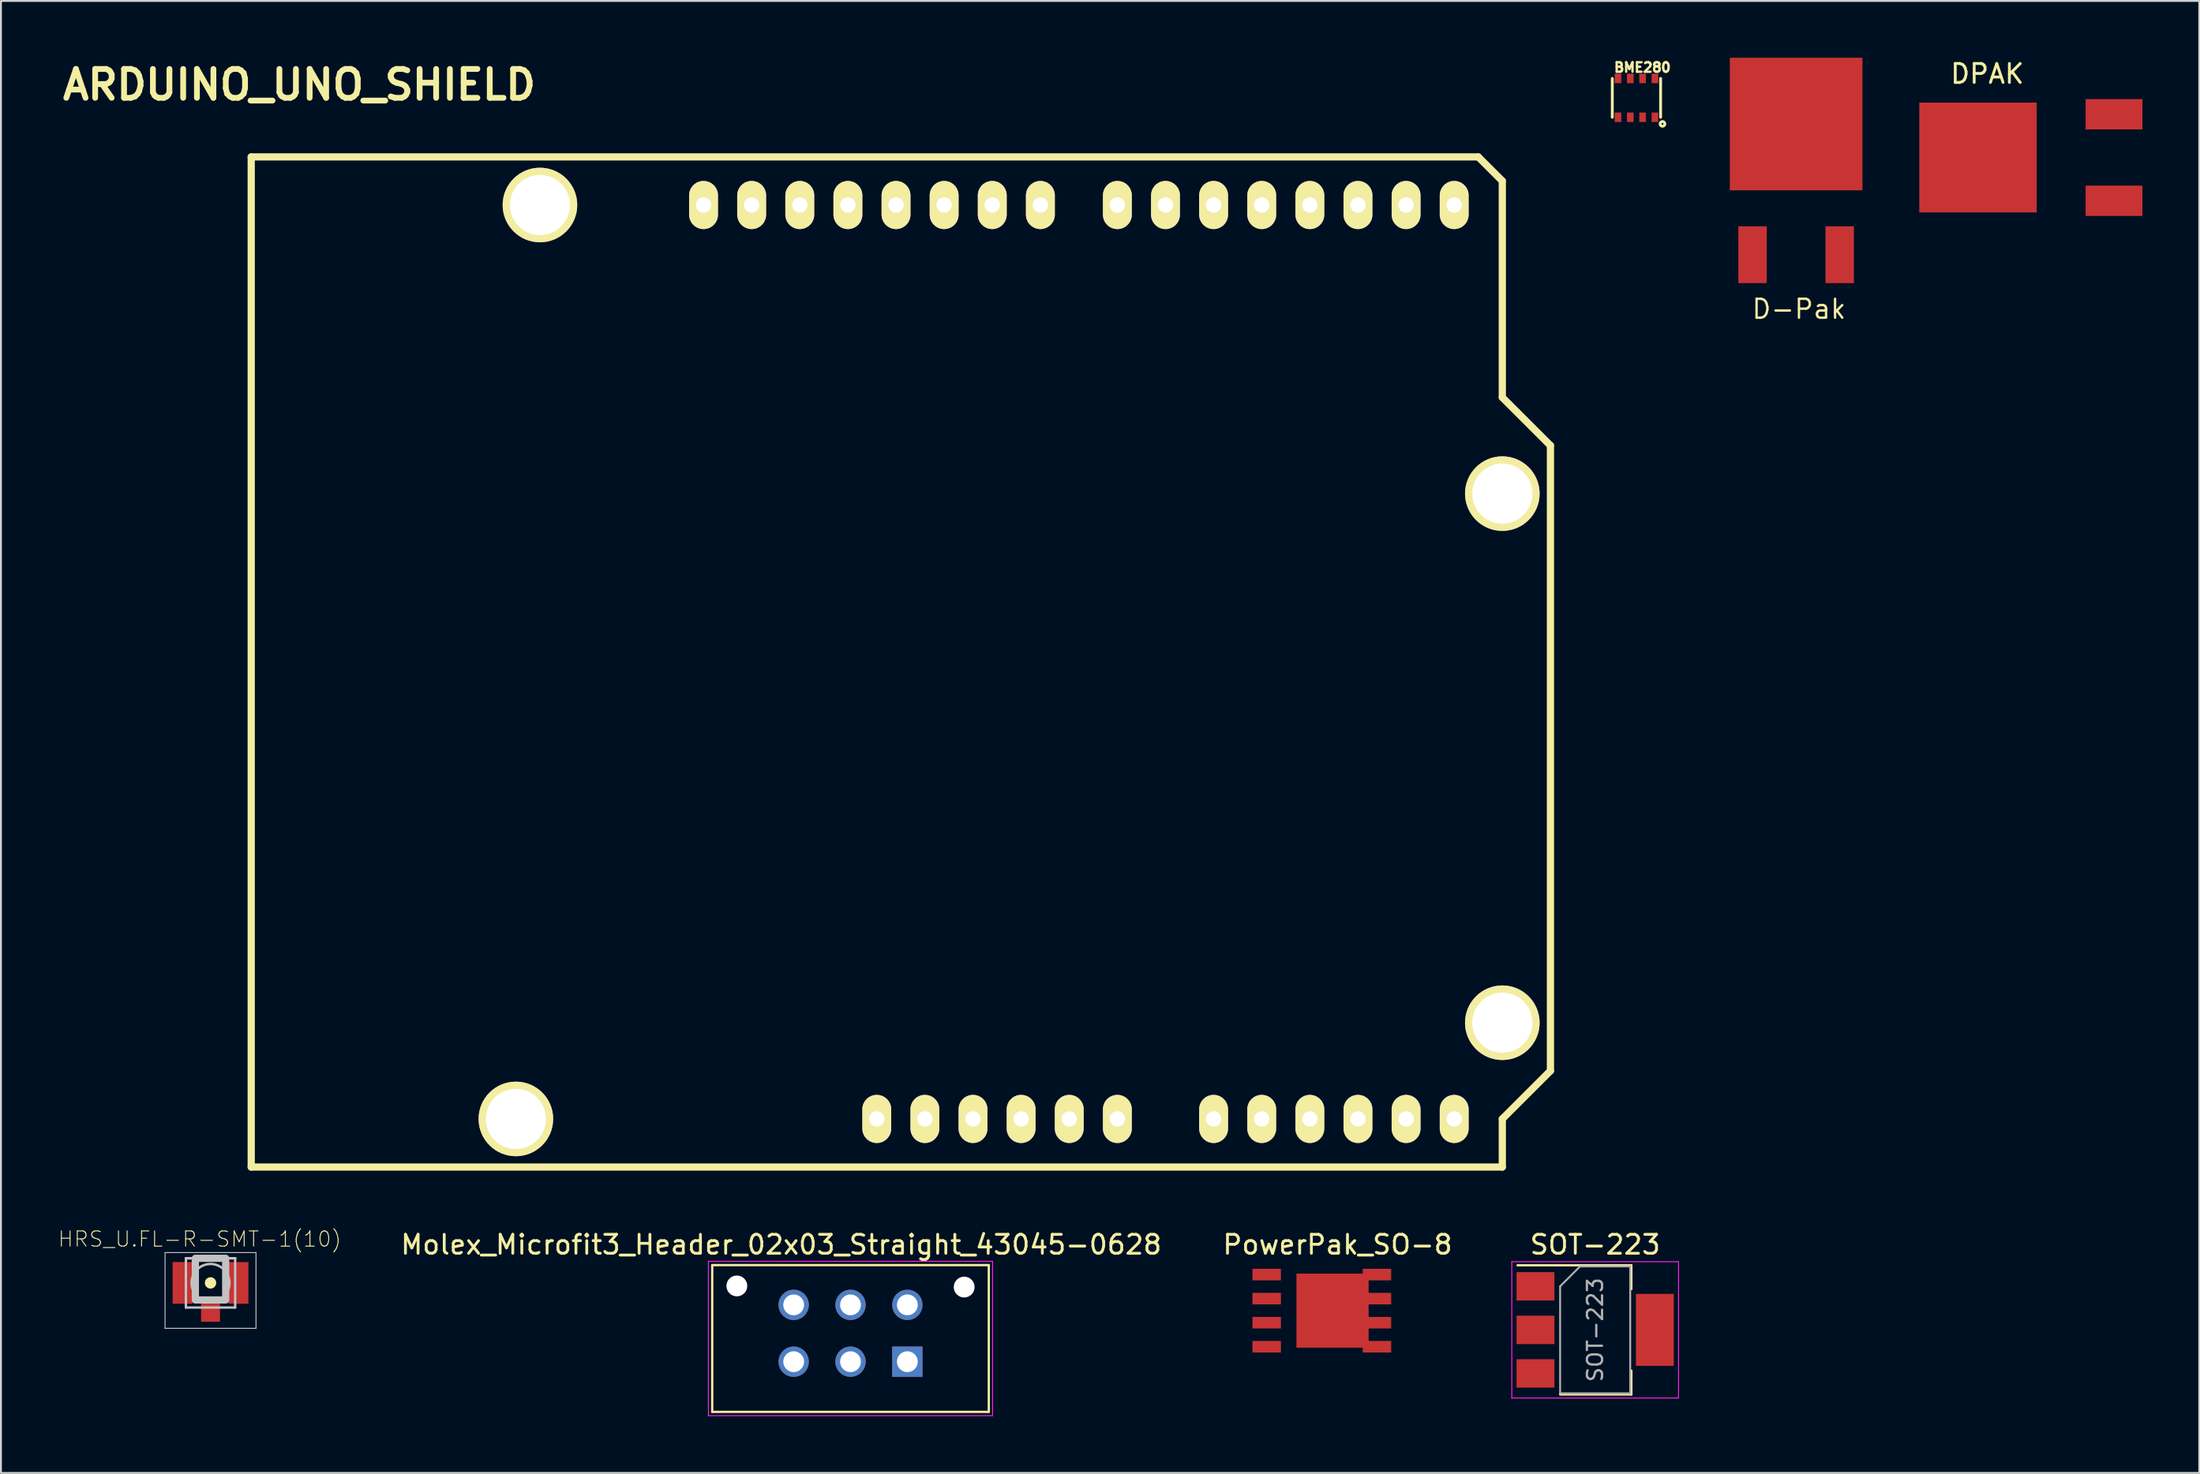
<source format=kicad_pcb>
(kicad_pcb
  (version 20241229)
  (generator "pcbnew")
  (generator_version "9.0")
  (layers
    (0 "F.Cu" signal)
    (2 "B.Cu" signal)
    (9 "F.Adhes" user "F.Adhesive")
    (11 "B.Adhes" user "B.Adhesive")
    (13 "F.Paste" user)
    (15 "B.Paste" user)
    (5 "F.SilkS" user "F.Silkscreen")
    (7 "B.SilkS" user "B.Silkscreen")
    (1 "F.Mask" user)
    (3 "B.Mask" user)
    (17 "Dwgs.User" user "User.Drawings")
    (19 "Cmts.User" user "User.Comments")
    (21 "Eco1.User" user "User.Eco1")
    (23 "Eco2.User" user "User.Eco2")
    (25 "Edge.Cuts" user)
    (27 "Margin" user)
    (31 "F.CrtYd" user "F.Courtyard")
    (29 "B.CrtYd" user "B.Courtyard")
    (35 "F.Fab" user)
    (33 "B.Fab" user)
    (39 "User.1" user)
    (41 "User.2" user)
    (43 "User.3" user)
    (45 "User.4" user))
  (footprint "Molex_Microfit3_Header_02x03_Straight_43045-0628"
    (layer "F.Cu")
    (at 44.845 68.855)
    (property "Reference" "Molex_Microfit3_Header_02x03_Straight_43045-0628" (at -6.66 -6.18 0) (layer "F.SilkS") (effects (font (size 1 1) (thickness 0.15))))
    (attr through_hole)
    (fp_line (start -10.3 2.65) (end -10.3 -5.1) (stroke (width 0.12) (type solid)) (layer "F.SilkS"))
    (fp_line (start 4.3 -5.1) (end -10.3 -5.1) (stroke (width 0.12) (type solid)) (layer "F.SilkS"))
    (fp_line (start 4.3 2.65) (end -10.3 2.65) (stroke (width 0.12) (type solid)) (layer "F.SilkS"))
    (fp_line (start 4.3 2.65) (end 4.3 -5.1) (stroke (width 0.12) (type solid)) (layer "F.SilkS"))
    (fp_line (start -10.5 2.85) (end -10.5 -5.3) (stroke (width 0.05) (type solid)) (layer "F.CrtYd"))
    (fp_line (start 4.5 -5.3) (end -10.5 -5.3) (stroke (width 0.05) (type solid)) (layer "F.CrtYd"))
    (fp_line (start 4.5 2.85) (end -10.5 2.85) (stroke (width 0.05) (type solid)) (layer "F.CrtYd"))
    (fp_line (start 4.5 2.85) (end 4.5 -5.3) (stroke (width 0.05) (type solid)) (layer "F.CrtYd"))
    (pad "" np_thru_hole circle (at -9 -4) (size 1.1 1.1) (drill 1.1) (layers "*.Cu" "*.Mask"))
    (pad "" np_thru_hole circle (at 3 -3.94) (size 1.1 1.1) (drill 1.1) (layers "*.Cu" "*.Mask"))
    (pad "1" thru_hole rect (at 0 0) (size 1.6 1.6) (drill 1.1) (layers "*.Cu" "*.Mask"))
    (pad "2" thru_hole circle (at -3 0) (size 1.6 1.6) (drill 1.1) (layers "*.Cu" "*.Mask"))
    (pad "3" thru_hole circle (at -6 0) (size 1.6 1.6) (drill 1.1) (layers "*.Cu" "*.Mask"))
    (pad "4" thru_hole circle (at 0 -3) (size 1.6 1.6) (drill 1.1) (layers "*.Cu" "*.Mask"))
    (pad "5" thru_hole circle (at -3 -3) (size 1.6 1.6) (drill 1.1) (layers "*.Cu" "*.Mask"))
    (pad "6" thru_hole circle (at -6 -3) (size 1.6 1.6) (drill 1.1) (layers "*.Cu" "*.Mask")))
  (footprint "BME280"
    (layer "F.Cu")
    (at 82.356 3.142)
    (property "Reference" "BME280" (at 1.29 -2.63 0) (layer "F.SilkS") (effects (font (size 0.5 0.5) (thickness 0.125))))
    (attr through_hole)
    (fp_line (start -0.3 -2.05) (end -0.3 0) (stroke (width 0.15) (type solid)) (layer "F.SilkS"))
    (fp_line (start 2.25 -2.05) (end 2.25 0) (stroke (width 0.15) (type solid)) (layer "F.SilkS"))
    (fp_circle (center 2.35 0.35) (end 2.35 0.4) (stroke (width 0.15) (type solid)) (fill no) (layer "F.SilkS"))
    (pad "1" smd rect (at 1.95 0) (size 0.35 0.5) (layers "F.Cu" "F.Mask" "F.Paste"))
    (pad "2" smd rect (at 1.3 0) (size 0.35 0.5) (layers "F.Cu" "F.Mask" "F.Paste"))
    (pad "3" smd rect (at 0.65 0) (size 0.35 0.5) (layers "F.Cu" "F.Mask" "F.Paste"))
    (pad "4" smd rect (at 0 0) (size 0.35 0.5) (layers "F.Cu" "F.Mask" "F.Paste"))
    (pad "5" smd rect (at 0 -2.05) (size 0.35 0.5) (layers "F.Cu" "F.Mask" "F.Paste"))
    (pad "6" smd rect (at 0.65 -2.05) (size 0.35 0.5) (layers "F.Cu" "F.Mask" "F.Paste"))
    (pad "7" smd rect (at 1.3 -2.05) (size 0.35 0.5) (layers "F.Cu" "F.Mask" "F.Paste"))
    (pad "8" smd rect (at 1.95 -2.05) (size 0.35 0.5) (layers "F.Cu" "F.Mask" "F.Paste")))
  (footprint "PowerPak_SO-8"
    (layer "F.Cu")
    (at 63.814 68.065)
    (property "Reference" "PowerPak_SO-8" (at 3.74 -5.39 0) (layer "F.SilkS") (effects (font (size 1 1) (thickness 0.15))))
    (attr through_hole)
    (pad "1" smd rect (at 3.475 -1.905) (size 3.81 3.91) (layers "F.Cu" "F.Mask" "F.Paste"))
    (pad "1" smd rect (at 5.82 -3.81) (size 1.5 0.61) (layers "F.Cu" "F.Mask" "F.Paste"))
    (pad "1" smd rect (at 5.82 -2.54) (size 1.5 0.61) (layers "F.Cu" "F.Mask" "F.Paste"))
    (pad "1" smd rect (at 5.82 -1.27) (size 1.5 0.61) (layers "F.Cu" "F.Mask" "F.Paste"))
    (pad "1" smd rect (at 5.82 0) (size 1.5 0.61) (layers "F.Cu" "F.Mask" "F.Paste"))
    (pad "2" smd rect (at 0 0) (size 1.5 0.61) (layers "F.Cu" "F.Mask" "F.Paste"))
    (pad "3" smd rect (at 0 -3.81) (size 1.5 0.61) (layers "F.Cu" "F.Mask" "F.Paste"))
    (pad "3" smd rect (at 0 -2.54) (size 1.5 0.61) (layers "F.Cu" "F.Mask" "F.Paste"))
    (pad "3" smd rect (at 0 -1.27) (size 1.5 0.61) (layers "F.Cu" "F.Mask" "F.Paste")))
  (footprint "ARDUINO_UNO_SHIELD"
    (layer "F.Cu")
    (at 10.211 58.576)
    (property "Reference" "ARDUINO_UNO_SHIELD" (at 2.54 -57.15 0) (layer "F.SilkS") (effects (font (size 1.524 1.524) (thickness 0.305))))
    (attr through_hole)
    (fp_line (start 0 0) (end 0 -53.34) (stroke (width 0.381) (type solid)) (layer "F.SilkS"))
    (fp_line (start 64.77 -53.34) (end 0 -53.34) (stroke (width 0.381) (type solid)) (layer "F.SilkS"))
    (fp_line (start 66.04 -52.07) (end 64.77 -53.34) (stroke (width 0.381) (type solid)) (layer "F.SilkS"))
    (fp_line (start 66.04 -40.64) (end 66.04 -52.07) (stroke (width 0.381) (type solid)) (layer "F.SilkS"))
    (fp_line (start 66.04 -40.64) (end 68.58 -38.1) (stroke (width 0.381) (type solid)) (layer "F.SilkS"))
    (fp_line (start 66.04 -2.54) (end 66.04 0) (stroke (width 0.381) (type solid)) (layer "F.SilkS"))
    (fp_line (start 66.04 0) (end 0 0) (stroke (width 0.381) (type solid)) (layer "F.SilkS"))
    (fp_line (start 68.58 -38.1) (end 68.58 -5.08) (stroke (width 0.381) (type solid)) (layer "F.SilkS"))
    (fp_line (start 68.58 -5.08) (end 66.04 -2.54) (stroke (width 0.381) (type solid)) (layer "F.SilkS"))
    (pad "" thru_hole circle (at 13.97 -2.54 90) (size 3.937 3.937) (drill 3.175) (layers "*.Cu" "*.Mask" "F.SilkS"))
    (pad "" thru_hole circle (at 15.24 -50.8 90) (size 3.937 3.937) (drill 3.175) (layers "*.Cu" "*.Mask" "F.SilkS"))
    (pad "" thru_hole circle (at 66.04 -35.56 90) (size 3.937 3.937) (drill 3.175) (layers "*.Cu" "*.Mask" "F.SilkS"))
    (pad "" thru_hole circle (at 66.04 -7.62 90) (size 3.937 3.937) (drill 3.175) (layers "*.Cu" "*.Mask" "F.SilkS"))
    (pad "0" thru_hole oval (at 63.5 -50.8 90) (size 2.54 1.524) (drill 0.813) (layers "*.Cu" "*.Mask" "F.SilkS"))
    (pad "1" thru_hole oval (at 60.96 -50.8 90) (size 2.54 1.524) (drill 0.813) (layers "*.Cu" "*.Mask" "F.SilkS"))
    (pad "2" thru_hole oval (at 58.42 -50.8 90) (size 2.54 1.524) (drill 0.813) (layers "*.Cu" "*.Mask" "F.SilkS"))
    (pad "3" thru_hole oval (at 55.88 -50.8 90) (size 2.54 1.524) (drill 0.813) (layers "*.Cu" "*.Mask" "F.SilkS"))
    (pad "3V3" thru_hole oval (at 35.56 -2.54 90) (size 2.54 1.524) (drill 0.813) (layers "*.Cu" "*.Mask" "F.SilkS"))
    (pad "4" thru_hole oval (at 53.34 -50.8 90) (size 2.54 1.524) (drill 0.813) (layers "*.Cu" "*.Mask" "F.SilkS"))
    (pad "5" thru_hole oval (at 50.8 -50.8 90) (size 2.54 1.524) (drill 0.813) (layers "*.Cu" "*.Mask" "F.SilkS"))
    (pad "5V" thru_hole oval (at 38.1 -2.54 90) (size 2.54 1.524) (drill 0.813) (layers "*.Cu" "*.Mask" "F.SilkS"))
    (pad "6" thru_hole oval (at 48.26 -50.8 90) (size 2.54 1.524) (drill 0.813) (layers "*.Cu" "*.Mask" "F.SilkS"))
    (pad "7" thru_hole oval (at 45.72 -50.8 90) (size 2.54 1.524) (drill 0.813) (layers "*.Cu" "*.Mask" "F.SilkS"))
    (pad "8" thru_hole oval (at 41.656 -50.8 90) (size 2.54 1.524) (drill 0.813) (layers "*.Cu" "*.Mask" "F.SilkS"))
    (pad "9" thru_hole oval (at 39.116 -50.8 90) (size 2.54 1.524) (drill 0.813) (layers "*.Cu" "*.Mask" "F.SilkS"))
    (pad "10" thru_hole oval (at 36.576 -50.8 90) (size 2.54 1.524) (drill 0.813) (layers "*.Cu" "*.Mask" "F.SilkS"))
    (pad "11" thru_hole oval (at 34.036 -50.8 90) (size 2.54 1.524) (drill 0.813) (layers "*.Cu" "*.Mask" "F.SilkS"))
    (pad "12" thru_hole oval (at 31.496 -50.8 90) (size 2.54 1.524) (drill 0.813) (layers "*.Cu" "*.Mask" "F.SilkS"))
    (pad "13" thru_hole oval (at 28.956 -50.8 90) (size 2.54 1.524) (drill 0.813) (layers "*.Cu" "*.Mask" "F.SilkS"))
    (pad "AD0" thru_hole oval (at 50.8 -2.54 90) (size 2.54 1.524) (drill 0.813) (layers "*.Cu" "*.Mask" "F.SilkS"))
    (pad "AD1" thru_hole oval (at 53.34 -2.54 90) (size 2.54 1.524) (drill 0.813) (layers "*.Cu" "*.Mask" "F.SilkS"))
    (pad "AD2" thru_hole oval (at 55.88 -2.54 90) (size 2.54 1.524) (drill 0.813) (layers "*.Cu" "*.Mask" "F.SilkS"))
    (pad "AD3" thru_hole oval (at 58.42 -2.54 90) (size 2.54 1.524) (drill 0.813) (layers "*.Cu" "*.Mask" "F.SilkS"))
    (pad "AD4" thru_hole oval (at 60.96 -2.54 90) (size 2.54 1.524) (drill 0.813) (layers "*.Cu" "*.Mask" "F.SilkS"))
    (pad "AD5" thru_hole oval (at 63.5 -2.54 90) (size 2.54 1.524) (drill 0.813) (layers "*.Cu" "*.Mask" "F.SilkS"))
    (pad "AREF" thru_hole oval (at 23.876 -50.8 90) (size 2.54 1.524) (drill 0.813) (layers "*.Cu" "*.Mask" "F.SilkS"))
    (pad "GND1" thru_hole oval (at 40.64 -2.54 90) (size 2.54 1.524) (drill 0.813) (layers "*.Cu" "*.Mask" "F.SilkS"))
    (pad "GND2" thru_hole oval (at 43.18 -2.54 90) (size 2.54 1.524) (drill 0.813) (layers "*.Cu" "*.Mask" "F.SilkS"))
    (pad "GND3" thru_hole oval (at 26.416 -50.8 90) (size 2.54 1.524) (drill 0.813) (layers "*.Cu" "*.Mask" "F.SilkS"))
    (pad "RST" thru_hole oval (at 33.02 -2.54 90) (size 2.54 1.524) (drill 0.813) (layers "*.Cu" "*.Mask" "F.SilkS"))
    (pad "V_IN" thru_hole oval (at 45.72 -2.54 90) (size 2.54 1.524) (drill 0.813) (layers "*.Cu" "*.Mask" "F.SilkS")))
  (footprint "DPAK"
    (layer "F.Cu")
    (at 101.36 5.268)
    (property "Reference" "DPAK" (at 0.49 -4.42 0) (layer "F.SilkS") (effects (font (size 1 1) (thickness 0.15))))
    (attr through_hole)
    (pad "1" smd rect (at 0 0) (size 6.2 5.8) (layers "F.Cu" "F.Mask" "F.Paste"))
    (pad "2" smd rect (at 7.18 2.285) (size 3 1.6) (layers "F.Cu" "F.Mask" "F.Paste"))
    (pad "3" smd rect (at 7.18 -2.285) (size 3 1.6) (layers "F.Cu" "F.Mask" "F.Paste")))
  (footprint "HRS_U.FL-R-SMT-1(10)"
    (layer "F.Cu")
    (at 8.063 64.695)
    (property "Reference" "HRS_U.FL-R-SMT-1(10)" (at -0.569 -2.312 0) (layer "F.SilkS") (effects (font (size 0.801 0.801) (thickness 0.05))))
    (attr smd)
    (fp_line (start -1.3 -1.3) (end 1.3 -1.3) (stroke (width 0.127) (type solid)) (layer "F.SilkS"))
    (fp_circle (center 0 0) (end 0.3 0) (stroke (width 0) (type solid)) (fill yes) (layer "F.SilkS"))
    (fp_line (start -2.4 -1.6) (end 2.4 -1.6) (stroke (width 0.05) (type solid)) (layer "Dwgs.User"))
    (fp_line (start -2.4 2.4) (end -2.4 -1.6) (stroke (width 0.05) (type solid)) (layer "Dwgs.User"))
    (fp_line (start -1.3 -1.3) (end 1.3 -1.3) (stroke (width 0.127) (type solid)) (layer "Dwgs.User"))
    (fp_line (start -1.3 1.3) (end -1.3 -1.3) (stroke (width 0.127) (type solid)) (layer "Dwgs.User"))
    (fp_line (start 1.3 -1.3) (end 1.3 1.3) (stroke (width 0.127) (type solid)) (layer "Dwgs.User"))
    (fp_line (start 1.3 1.3) (end -1.3 1.3) (stroke (width 0.127) (type solid)) (layer "Dwgs.User"))
    (fp_line (start 2.4 -1.6) (end 2.4 2.4) (stroke (width 0.05) (type solid)) (layer "Dwgs.User"))
    (fp_line (start 2.4 2.4) (end -2.4 2.4) (stroke (width 0.05) (type solid)) (layer "Dwgs.User"))
    (fp_circle (center 0 0) (end 1 0) (stroke (width 0.127) (type solid)) (fill no) (layer "Dwgs.User"))
    (fp_poly (pts (xy -0.801 -1.3) (xy 0.8 -1.3) (xy 0.8 0.901) (xy -0.801 0.901)) (stroke (width 0.381) (type solid)) (fill no) (layer "Dwgs.User"))
    (pad "1" smd rect (at 0 1.525) (size 1 1.05) (layers "F.Cu" "F.Mask" "F.Paste"))
    (pad "2" smd rect (at -1.475 0) (size 1.05 2.2) (layers "F.Cu" "F.Mask" "F.Paste"))
    (pad "2" smd rect (at 1.475 0) (size 1.05 2.2) (layers "F.Cu" "F.Mask" "F.Paste")))
  (footprint "D-Pak"
    (layer "F.Cu")
    (at 89.46 10.4)
    (property "Reference" "D-Pak" (at 2.45 2.87 0) (layer "F.SilkS") (effects (font (size 1 1) (thickness 0.125))))
    (attr through_hole)
    (pad "1" smd rect (at 2.3 -6.9) (size 7 7) (layers "F.Cu" "F.Mask" "F.Paste"))
    (pad "2" smd rect (at 0 0) (size 1.5 3) (layers "F.Cu" "F.Mask" "F.Paste"))
    (pad "3" smd rect (at 4.6 0) (size 1.5 3) (layers "F.Cu" "F.Mask" "F.Paste")))
  (footprint "SOT-223"
    (layer "F.Cu")
    (at 81.152 67.175)
    (property "Reference" "SOT-223" (at 0 -4.5 0) (layer "F.SilkS") (effects (font (size 1 1) (thickness 0.15))))
    (attr smd)
    (fp_line (start -4.1 -3.41) (end 1.91 -3.41) (stroke (width 0.12) (type solid)) (layer "F.SilkS"))
    (fp_line (start -1.85 3.41) (end 1.91 3.41) (stroke (width 0.12) (type solid)) (layer "F.SilkS"))
    (fp_line (start 1.91 -3.41) (end 1.91 -2.15) (stroke (width 0.12) (type solid)) (layer "F.SilkS"))
    (fp_line (start 1.91 3.41) (end 1.91 2.15) (stroke (width 0.12) (type solid)) (layer "F.SilkS"))
    (fp_line (start -4.4 -3.6) (end -4.4 3.6) (stroke (width 0.05) (type solid)) (layer "F.CrtYd"))
    (fp_line (start -4.4 3.6) (end 4.4 3.6) (stroke (width 0.05) (type solid)) (layer "F.CrtYd"))
    (fp_line (start 4.4 -3.6) (end -4.4 -3.6) (stroke (width 0.05) (type solid)) (layer "F.CrtYd"))
    (fp_line (start 4.4 3.6) (end 4.4 -3.6) (stroke (width 0.05) (type solid)) (layer "F.CrtYd"))
    (fp_line (start -1.85 -2.3) (end -1.85 3.35) (stroke (width 0.1) (type solid)) (layer "F.Fab"))
    (fp_line (start -1.85 -2.3) (end -0.8 -3.35) (stroke (width 0.1) (type solid)) (layer "F.Fab"))
    (fp_line (start -1.85 3.35) (end 1.85 3.35) (stroke (width 0.1) (type solid)) (layer "F.Fab"))
    (fp_line (start -0.8 -3.35) (end 1.85 -3.35) (stroke (width 0.1) (type solid)) (layer "F.Fab"))
    (fp_line (start 1.85 -3.35) (end 1.85 3.35) (stroke (width 0.1) (type solid)) (layer "F.Fab"))
    (fp_text user "${REFERENCE}" (at 0 0 90) (layer "F.Fab") (effects (font (size 0.8 0.8) (thickness 0.12))))
    (pad "1" smd rect (at -3.15 -2.3) (size 2 1.5) (layers "F.Cu" "F.Mask" "F.Paste"))
    (pad "2" smd rect (at -3.15 0) (size 2 1.5) (layers "F.Cu" "F.Mask" "F.Paste"))
    (pad "2" smd rect (at 3.15 0) (size 2 3.8) (layers "F.Cu" "F.Mask" "F.Paste"))
    (pad "3" smd rect (at -3.15 2.3) (size 2 1.5) (layers "F.Cu" "F.Mask" "F.Paste")))
  (gr_rect
    (start -3 -3)
    (end 113.04 74.73)
    (stroke (width 0.1) (type default))
    (fill no)
    (layer "Edge.Cuts")))
</source>
